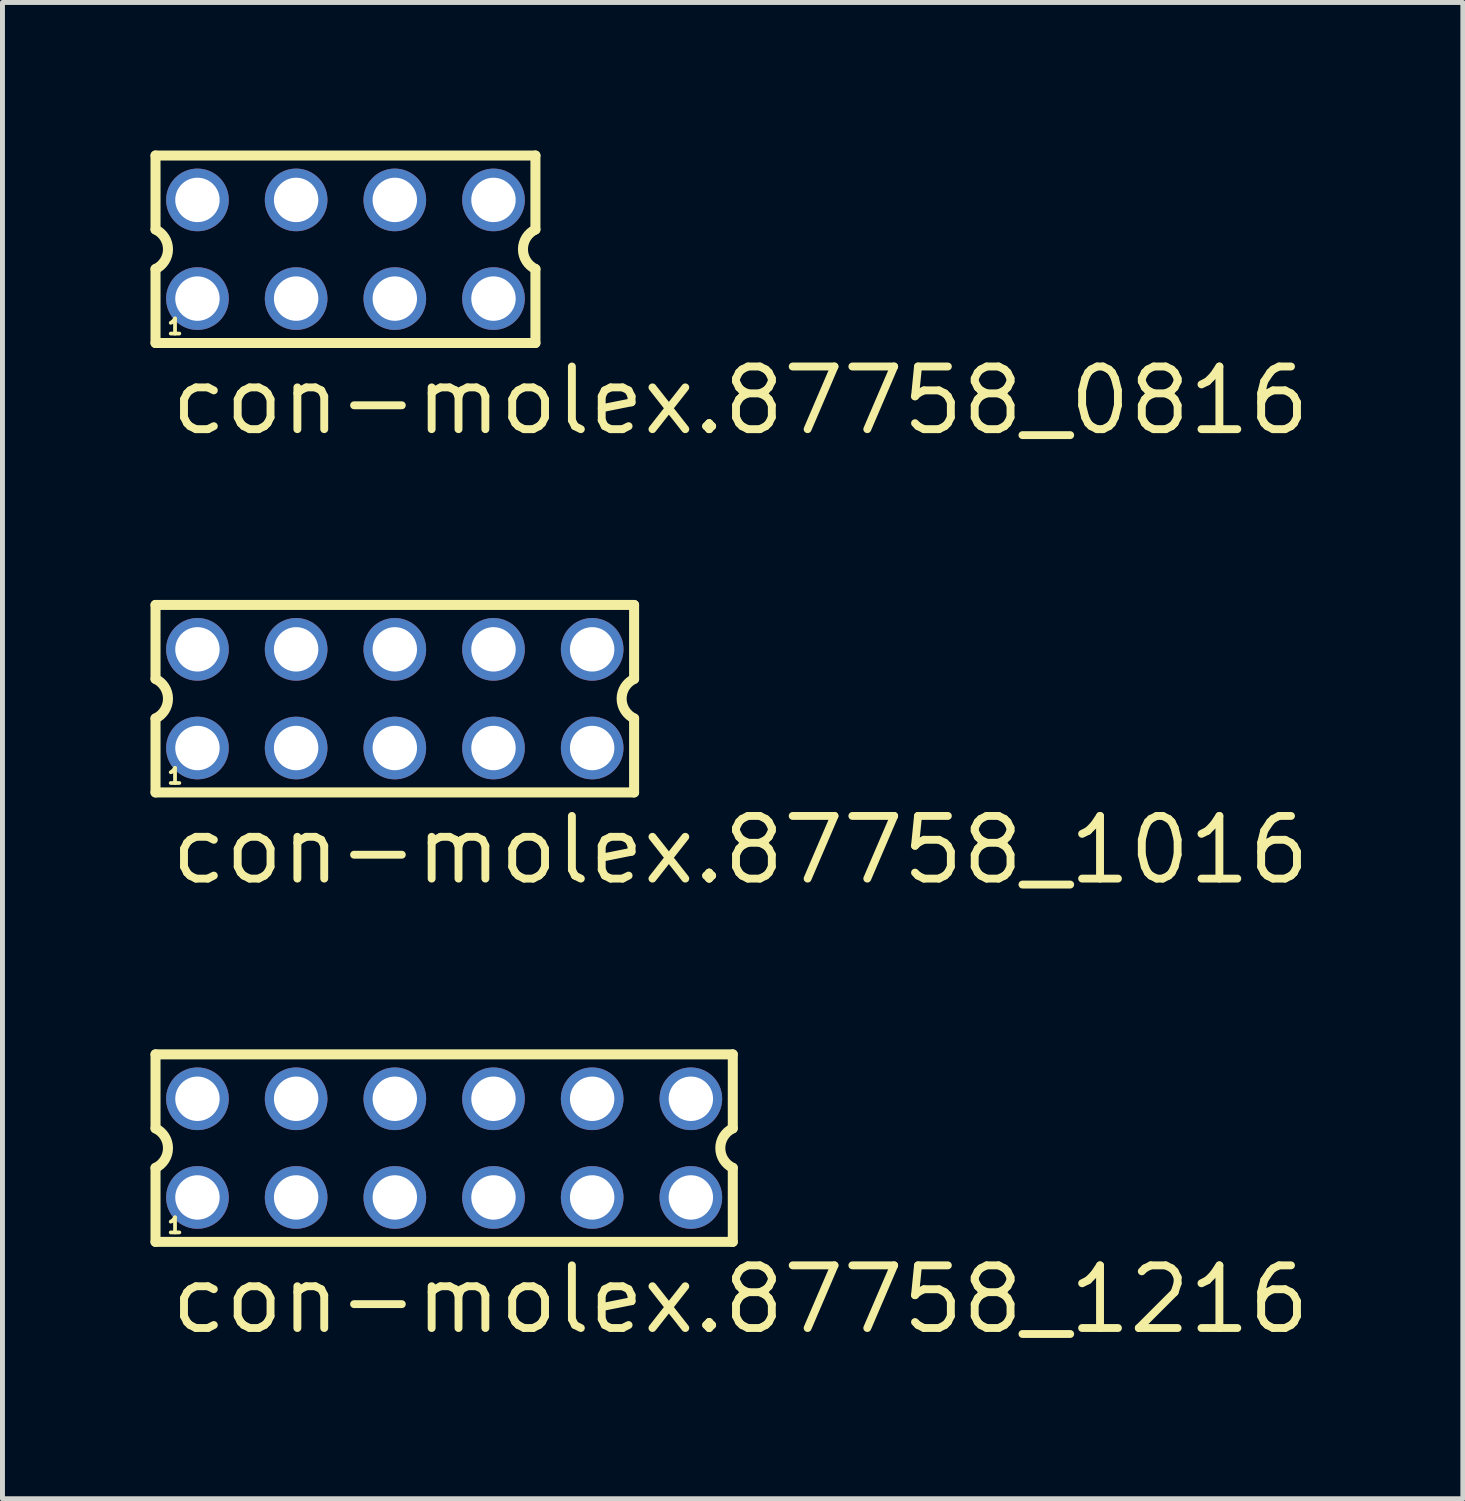
<source format=kicad_pcb>
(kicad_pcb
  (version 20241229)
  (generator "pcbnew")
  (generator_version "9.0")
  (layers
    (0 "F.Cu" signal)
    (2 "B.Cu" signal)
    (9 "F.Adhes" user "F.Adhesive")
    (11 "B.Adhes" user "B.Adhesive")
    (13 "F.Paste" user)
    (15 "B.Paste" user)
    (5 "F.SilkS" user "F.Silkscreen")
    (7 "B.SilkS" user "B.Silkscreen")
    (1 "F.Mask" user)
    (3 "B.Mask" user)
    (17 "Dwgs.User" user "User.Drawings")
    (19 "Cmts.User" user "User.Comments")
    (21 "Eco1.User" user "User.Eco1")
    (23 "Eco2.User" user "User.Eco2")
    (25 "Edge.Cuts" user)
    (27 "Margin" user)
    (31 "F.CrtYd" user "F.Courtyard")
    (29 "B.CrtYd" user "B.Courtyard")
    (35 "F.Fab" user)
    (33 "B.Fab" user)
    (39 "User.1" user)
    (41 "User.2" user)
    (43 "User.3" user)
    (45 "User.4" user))
  (footprint "con-molex.87758_1216"
    (layer "F.Cu")
    (at 5.952 20.22)
    (property "Reference" "con-molex.87758_1216" (at -5.62 3.81 0) (layer "F.SilkS") (effects (font (size 1.27 1.27) (thickness 0.16)) (justify left bottom)))
    (attr through_hole)
    (fp_line (start -5.85 -1.9) (end -5.85 -0.4) (stroke (width 0.203) (type default)) (layer "F.SilkS"))
    (fp_line (start -5.85 0.4) (end -5.85 1.9) (stroke (width 0.203) (type default)) (layer "F.SilkS"))
    (fp_line (start -5.85 1.9) (end 5.85 1.9) (stroke (width 0.203) (type default)) (layer "F.SilkS"))
    (fp_line (start 5.85 -1.9) (end -5.85 -1.9) (stroke (width 0.203) (type default)) (layer "F.SilkS"))
    (fp_line (start 5.85 -0.4) (end 5.85 -1.9) (stroke (width 0.203) (type default)) (layer "F.SilkS"))
    (fp_line (start 5.85 1.9) (end 5.85 0.4) (stroke (width 0.203) (type default)) (layer "F.SilkS"))
    (fp_arc (start -5.85 -0.4) (mid -5.597168 0) (end -5.85 0.4) (stroke (width 0.2032) (type default)) (layer "F.SilkS"))
    (fp_arc (start 5.85 0.4) (mid 5.597168 0) (end 5.85 -0.4) (stroke (width 0.2032) (type default)) (layer "F.SilkS"))
    (fp_rect (start -5.25 -0.75) (end -4.75 -1.25) (stroke (width 0.05) (type default)) (fill no) (layer "F.Fab"))
    (fp_rect (start -5.25 1.25) (end -4.75 0.75) (stroke (width 0.05) (type default)) (fill no) (layer "F.Fab"))
    (fp_rect (start -3.25 -0.75) (end -2.75 -1.25) (stroke (width 0.05) (type default)) (fill no) (layer "F.Fab"))
    (fp_rect (start -3.25 1.25) (end -2.75 0.75) (stroke (width 0.05) (type default)) (fill no) (layer "F.Fab"))
    (fp_rect (start -1.25 -0.75) (end -0.75 -1.25) (stroke (width 0.05) (type default)) (fill no) (layer "F.Fab"))
    (fp_rect (start -1.25 1.25) (end -0.75 0.75) (stroke (width 0.05) (type default)) (fill no) (layer "F.Fab"))
    (fp_rect (start 0.75 -0.75) (end 1.25 -1.25) (stroke (width 0.05) (type default)) (fill no) (layer "F.Fab"))
    (fp_rect (start 0.75 1.25) (end 1.25 0.75) (stroke (width 0.05) (type default)) (fill no) (layer "F.Fab"))
    (fp_rect (start 2.75 -0.75) (end 3.25 -1.25) (stroke (width 0.05) (type default)) (fill no) (layer "F.Fab"))
    (fp_rect (start 2.75 1.25) (end 3.25 0.75) (stroke (width 0.05) (type default)) (fill no) (layer "F.Fab"))
    (fp_rect (start 4.75 -0.75) (end 5.25 -1.25) (stroke (width 0.05) (type default)) (fill no) (layer "F.Fab"))
    (fp_rect (start 4.75 1.25) (end 5.25 0.75) (stroke (width 0.05) (type default)) (fill no) (layer "F.Fab"))
    (fp_text user "1" (at -5.65 1.75 0) (layer "F.SilkS") (effects (font (size 0.305 0.305) (thickness 0.15)) (justify left bottom)))
    (pad "1" thru_hole circle (at -5 1) (size 1.27 1.27) (drill 0.9) (layers "*.Cu" "*.Mask"))
    (pad "2" thru_hole circle (at -5 -1) (size 1.27 1.27) (drill 0.9) (layers "*.Cu" "*.Mask"))
    (pad "3" thru_hole circle (at -3 1) (size 1.27 1.27) (drill 0.9) (layers "*.Cu" "*.Mask"))
    (pad "4" thru_hole circle (at -3 -1) (size 1.27 1.27) (drill 0.9) (layers "*.Cu" "*.Mask"))
    (pad "5" thru_hole circle (at -1 1) (size 1.27 1.27) (drill 0.9) (layers "*.Cu" "*.Mask"))
    (pad "6" thru_hole circle (at -1 -1) (size 1.27 1.27) (drill 0.9) (layers "*.Cu" "*.Mask"))
    (pad "7" thru_hole circle (at 1 1) (size 1.27 1.27) (drill 0.9) (layers "*.Cu" "*.Mask"))
    (pad "8" thru_hole circle (at 1 -1) (size 1.27 1.27) (drill 0.9) (layers "*.Cu" "*.Mask"))
    (pad "9" thru_hole circle (at 3 1) (size 1.27 1.27) (drill 0.9) (layers "*.Cu" "*.Mask"))
    (pad "10" thru_hole circle (at 3 -1) (size 1.27 1.27) (drill 0.9) (layers "*.Cu" "*.Mask"))
    (pad "11" thru_hole circle (at 5 1) (size 1.27 1.27) (drill 0.9) (layers "*.Cu" "*.Mask"))
    (pad "12" thru_hole circle (at 5 -1) (size 1.27 1.27) (drill 0.9) (layers "*.Cu" "*.Mask")))
  (footprint "con-molex.87758_1016"
    (layer "F.Cu")
    (at 4.952 11.111)
    (property "Reference" "con-molex.87758_1016" (at -4.62 3.81 0) (layer "F.SilkS") (effects (font (size 1.27 1.27) (thickness 0.16)) (justify left bottom)))
    (attr through_hole)
    (fp_line (start -4.85 -1.9) (end -4.85 -0.4) (stroke (width 0.203) (type default)) (layer "F.SilkS"))
    (fp_line (start -4.85 0.4) (end -4.85 1.9) (stroke (width 0.203) (type default)) (layer "F.SilkS"))
    (fp_line (start -4.85 1.9) (end 4.85 1.9) (stroke (width 0.203) (type default)) (layer "F.SilkS"))
    (fp_line (start 4.85 -1.9) (end -4.85 -1.9) (stroke (width 0.203) (type default)) (layer "F.SilkS"))
    (fp_line (start 4.85 -0.4) (end 4.85 -1.9) (stroke (width 0.203) (type default)) (layer "F.SilkS"))
    (fp_line (start 4.85 1.9) (end 4.85 0.4) (stroke (width 0.203) (type default)) (layer "F.SilkS"))
    (fp_arc (start -4.85 -0.4) (mid -4.597168 0) (end -4.85 0.4) (stroke (width 0.2032) (type default)) (layer "F.SilkS"))
    (fp_arc (start 4.85 0.4) (mid 4.597168 0) (end 4.85 -0.4) (stroke (width 0.2032) (type default)) (layer "F.SilkS"))
    (fp_rect (start -4.25 -0.75) (end -3.75 -1.25) (stroke (width 0.05) (type default)) (fill no) (layer "F.Fab"))
    (fp_rect (start -4.25 1.25) (end -3.75 0.75) (stroke (width 0.05) (type default)) (fill no) (layer "F.Fab"))
    (fp_rect (start -2.25 -0.75) (end -1.75 -1.25) (stroke (width 0.05) (type default)) (fill no) (layer "F.Fab"))
    (fp_rect (start -2.25 1.25) (end -1.75 0.75) (stroke (width 0.05) (type default)) (fill no) (layer "F.Fab"))
    (fp_rect (start -0.25 -0.75) (end 0.25 -1.25) (stroke (width 0.05) (type default)) (fill no) (layer "F.Fab"))
    (fp_rect (start -0.25 1.25) (end 0.25 0.75) (stroke (width 0.05) (type default)) (fill no) (layer "F.Fab"))
    (fp_rect (start 1.75 -0.75) (end 2.25 -1.25) (stroke (width 0.05) (type default)) (fill no) (layer "F.Fab"))
    (fp_rect (start 1.75 1.25) (end 2.25 0.75) (stroke (width 0.05) (type default)) (fill no) (layer "F.Fab"))
    (fp_rect (start 3.75 -0.75) (end 4.25 -1.25) (stroke (width 0.05) (type default)) (fill no) (layer "F.Fab"))
    (fp_rect (start 3.75 1.25) (end 4.25 0.75) (stroke (width 0.05) (type default)) (fill no) (layer "F.Fab"))
    (fp_text user "1" (at -4.65 1.75 0) (layer "F.SilkS") (effects (font (size 0.305 0.305) (thickness 0.15)) (justify left bottom)))
    (pad "1" thru_hole circle (at -4 1) (size 1.27 1.27) (drill 0.9) (layers "*.Cu" "*.Mask"))
    (pad "2" thru_hole circle (at -4 -1) (size 1.27 1.27) (drill 0.9) (layers "*.Cu" "*.Mask"))
    (pad "3" thru_hole circle (at -2 1) (size 1.27 1.27) (drill 0.9) (layers "*.Cu" "*.Mask"))
    (pad "4" thru_hole circle (at -2 -1) (size 1.27 1.27) (drill 0.9) (layers "*.Cu" "*.Mask"))
    (pad "5" thru_hole circle (at 0 1) (size 1.27 1.27) (drill 0.9) (layers "*.Cu" "*.Mask"))
    (pad "6" thru_hole circle (at 0 -1) (size 1.27 1.27) (drill 0.9) (layers "*.Cu" "*.Mask"))
    (pad "7" thru_hole circle (at 2 1) (size 1.27 1.27) (drill 0.9) (layers "*.Cu" "*.Mask"))
    (pad "8" thru_hole circle (at 2 -1) (size 1.27 1.27) (drill 0.9) (layers "*.Cu" "*.Mask"))
    (pad "9" thru_hole circle (at 4 1) (size 1.27 1.27) (drill 0.9) (layers "*.Cu" "*.Mask"))
    (pad "10" thru_hole circle (at 4 -1) (size 1.27 1.27) (drill 0.9) (layers "*.Cu" "*.Mask")))
  (footprint "con-molex.87758_0816"
    (layer "F.Cu")
    (at 3.952 2.002)
    (property "Reference" "con-molex.87758_0816" (at -3.62 3.81 0) (layer "F.SilkS") (effects (font (size 1.27 1.27) (thickness 0.16)) (justify left bottom)))
    (attr through_hole)
    (fp_line (start -3.85 -1.9) (end -3.85 -0.4) (stroke (width 0.203) (type default)) (layer "F.SilkS"))
    (fp_line (start -3.85 0.4) (end -3.85 1.9) (stroke (width 0.203) (type default)) (layer "F.SilkS"))
    (fp_line (start -3.85 1.9) (end 3.85 1.9) (stroke (width 0.203) (type default)) (layer "F.SilkS"))
    (fp_line (start 3.85 -1.9) (end -3.85 -1.9) (stroke (width 0.203) (type default)) (layer "F.SilkS"))
    (fp_line (start 3.85 -0.4) (end 3.85 -1.9) (stroke (width 0.203) (type default)) (layer "F.SilkS"))
    (fp_line (start 3.85 1.9) (end 3.85 0.4) (stroke (width 0.203) (type default)) (layer "F.SilkS"))
    (fp_arc (start -3.85 -0.4) (mid -3.597168 0) (end -3.85 0.4) (stroke (width 0.2032) (type default)) (layer "F.SilkS"))
    (fp_arc (start 3.85 0.4) (mid 3.597168 0) (end 3.85 -0.4) (stroke (width 0.2032) (type default)) (layer "F.SilkS"))
    (fp_rect (start -3.25 -0.75) (end -2.75 -1.25) (stroke (width 0.05) (type default)) (fill no) (layer "F.Fab"))
    (fp_rect (start -3.25 1.25) (end -2.75 0.75) (stroke (width 0.05) (type default)) (fill no) (layer "F.Fab"))
    (fp_rect (start -1.25 -0.75) (end -0.75 -1.25) (stroke (width 0.05) (type default)) (fill no) (layer "F.Fab"))
    (fp_rect (start -1.25 1.25) (end -0.75 0.75) (stroke (width 0.05) (type default)) (fill no) (layer "F.Fab"))
    (fp_rect (start 0.75 -0.75) (end 1.25 -1.25) (stroke (width 0.05) (type default)) (fill no) (layer "F.Fab"))
    (fp_rect (start 0.75 1.25) (end 1.25 0.75) (stroke (width 0.05) (type default)) (fill no) (layer "F.Fab"))
    (fp_rect (start 2.75 -0.75) (end 3.25 -1.25) (stroke (width 0.05) (type default)) (fill no) (layer "F.Fab"))
    (fp_rect (start 2.75 1.25) (end 3.25 0.75) (stroke (width 0.05) (type default)) (fill no) (layer "F.Fab"))
    (fp_text user "1" (at -3.65 1.75 0) (layer "F.SilkS") (effects (font (size 0.305 0.305) (thickness 0.15)) (justify left bottom)))
    (pad "1" thru_hole circle (at -3 1) (size 1.27 1.27) (drill 0.9) (layers "*.Cu" "*.Mask"))
    (pad "2" thru_hole circle (at -3 -1) (size 1.27 1.27) (drill 0.9) (layers "*.Cu" "*.Mask"))
    (pad "3" thru_hole circle (at -1 1) (size 1.27 1.27) (drill 0.9) (layers "*.Cu" "*.Mask"))
    (pad "4" thru_hole circle (at -1 -1) (size 1.27 1.27) (drill 0.9) (layers "*.Cu" "*.Mask"))
    (pad "5" thru_hole circle (at 1 1) (size 1.27 1.27) (drill 0.9) (layers "*.Cu" "*.Mask"))
    (pad "6" thru_hole circle (at 1 -1) (size 1.27 1.27) (drill 0.9) (layers "*.Cu" "*.Mask"))
    (pad "7" thru_hole circle (at 3 1) (size 1.27 1.27) (drill 0.9) (layers "*.Cu" "*.Mask"))
    (pad "8" thru_hole circle (at 3 -1) (size 1.27 1.27) (drill 0.9) (layers "*.Cu" "*.Mask")))
  (gr_rect
    (start -3 -3)
    (end 26.599 27.327)
    (stroke (width 0.1) (type default))
    (fill no)
    (layer "Edge.Cuts")))
</source>
